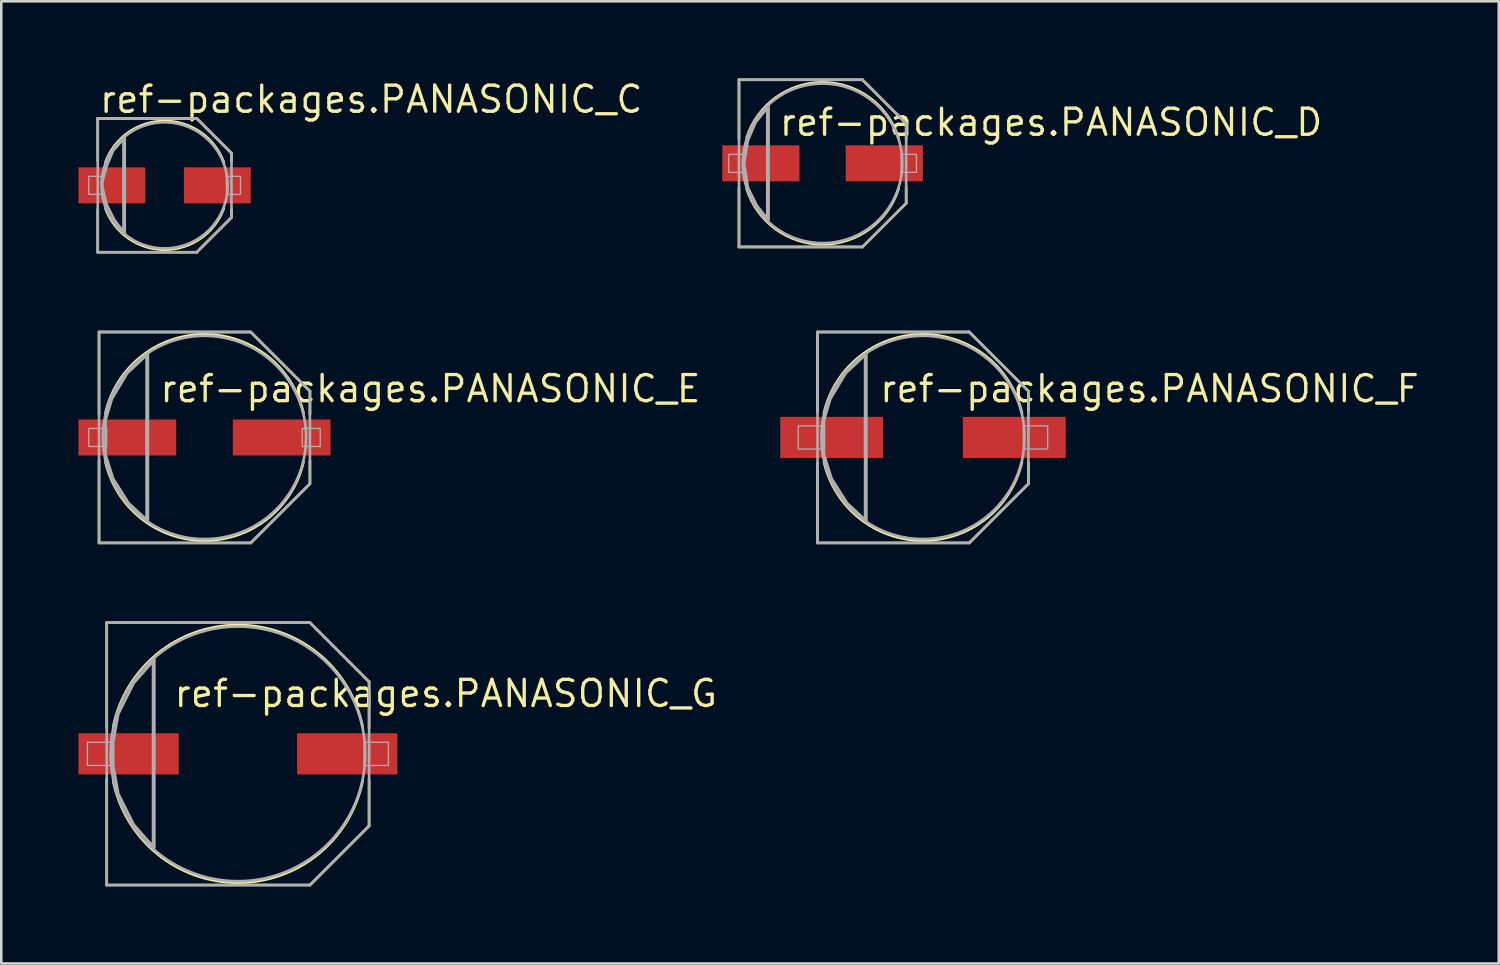
<source format=kicad_pcb>
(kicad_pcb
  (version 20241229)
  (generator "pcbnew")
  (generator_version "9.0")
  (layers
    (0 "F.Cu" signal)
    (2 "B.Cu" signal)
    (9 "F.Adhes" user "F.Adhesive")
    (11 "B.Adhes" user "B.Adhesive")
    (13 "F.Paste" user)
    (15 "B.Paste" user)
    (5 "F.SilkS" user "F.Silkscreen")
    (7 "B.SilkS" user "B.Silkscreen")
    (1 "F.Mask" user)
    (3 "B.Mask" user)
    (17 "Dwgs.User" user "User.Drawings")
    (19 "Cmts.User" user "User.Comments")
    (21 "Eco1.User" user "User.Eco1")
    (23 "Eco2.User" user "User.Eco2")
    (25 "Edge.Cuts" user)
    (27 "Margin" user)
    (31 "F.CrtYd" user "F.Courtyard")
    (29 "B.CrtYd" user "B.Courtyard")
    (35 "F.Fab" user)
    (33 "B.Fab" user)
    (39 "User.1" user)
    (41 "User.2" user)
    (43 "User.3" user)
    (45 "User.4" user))
  (footprint "ref-packages.PANASONIC_D"
    (layer "F.Cu")
    (at 28.931 3.301)
    (property "Reference" "ref-packages.PANASONIC_D" (at -1.75 -1 0) (layer "F.SilkS") (effects (font (size 1.016 1.016) (thickness 0.13)) (justify left bottom)))
    (attr smd)
    (fp_line (start -3.25 -3.25) (end 1.55 -3.25) (stroke (width 0.102) (type default)) (layer "F.SilkS"))
    (fp_line (start -3.25 -0.95) (end -3.25 -3.25) (stroke (width 0.102) (type default)) (layer "F.SilkS"))
    (fp_line (start -3.25 3.25) (end -3.25 0.95) (stroke (width 0.102) (type default)) (layer "F.SilkS"))
    (fp_line (start 1.55 -3.25) (end 3.25 -1.55) (stroke (width 0.102) (type default)) (layer "F.SilkS"))
    (fp_line (start 1.55 3.25) (end -3.25 3.25) (stroke (width 0.102) (type default)) (layer "F.SilkS"))
    (fp_line (start 3.25 -1.55) (end 3.25 -0.95) (stroke (width 0.102) (type default)) (layer "F.SilkS"))
    (fp_line (start 3.25 0.95) (end 3.25 1.55) (stroke (width 0.102) (type default)) (layer "F.SilkS"))
    (fp_line (start 3.25 1.55) (end 1.55 3.25) (stroke (width 0.102) (type default)) (layer "F.SilkS"))
    (fp_arc (start -2.95 -1.0008) (mid 0 -3.148399) (end 2.95 -1.0008) (stroke (width 0.1016) (type default)) (layer "F.SilkS"))
    (fp_arc (start 2.95 1.0008) (mid 0 3.148399) (end -2.95 1.0008) (stroke (width 0.1016) (type default)) (layer "F.SilkS"))
    (fp_line (start -3.25 -3.25) (end 1.55 -3.25) (stroke (width 0.102) (type default)) (layer "F.Fab"))
    (fp_line (start -3.25 3.25) (end -3.25 -3.25) (stroke (width 0.102) (type default)) (layer "F.Fab"))
    (fp_line (start -2.1 -2.25) (end -2.1 2.2) (stroke (width 0.102) (type default)) (layer "F.Fab"))
    (fp_line (start 1.55 -3.25) (end 3.25 -1.55) (stroke (width 0.102) (type default)) (layer "F.Fab"))
    (fp_line (start 1.55 3.25) (end -3.25 3.25) (stroke (width 0.102) (type default)) (layer "F.Fab"))
    (fp_line (start 3.25 -1.55) (end 3.25 1.55) (stroke (width 0.102) (type default)) (layer "F.Fab"))
    (fp_line (start 3.25 1.55) (end 1.55 3.25) (stroke (width 0.102) (type default)) (layer "F.Fab"))
    (fp_rect (start -3.65 0.35) (end -3.05 -0.35) (stroke (width 0.05) (type default)) (fill no) (layer "F.Fab"))
    (fp_rect (start 3.05 0.35) (end 3.65 -0.35) (stroke (width 0.05) (type default)) (fill no) (layer "F.Fab"))
    (fp_circle (center 0 0) (end 3.1 0) (stroke (width 0.102) (type default)) (fill no) (layer "F.Fab"))
    (fp_poly (pts (xy -2.15 -2.15) (xy -2.6 -1.6) (xy -2.9 -0.9) (xy -3.05 0) (xy -2.9 0.95) (xy -2.55 1.65) (xy -2.15 2.15) (xy -2.15 -2.1)) (stroke (width 0.102) (type default)) (fill no) (layer "F.Fab"))
    (pad "+" smd roundrect (at 2.4 0) (size 3 1.4) (layers "F.Cu" "F.Mask" "F.Paste") (roundrect_rratio 0.01))
    (pad "-" smd roundrect (at -2.4 0) (size 3 1.4) (layers "F.Cu" "F.Mask" "F.Paste") (roundrect_rratio 0.01)))
  (footprint "ref-packages.PANASONIC_F"
    (layer "F.Cu")
    (at 32.834 13.958)
    (property "Reference" "ref-packages.PANASONIC_F" (at -1.75 -1.3 0) (layer "F.SilkS") (effects (font (size 1.016 1.016) (thickness 0.13)) (justify left bottom)))
    (attr smd)
    (fp_line (start -4.1 -4.1) (end 1.8 -4.1) (stroke (width 0.102) (type default)) (layer "F.SilkS"))
    (fp_line (start -4.1 -1) (end -4.1 -4.1) (stroke (width 0.102) (type default)) (layer "F.SilkS"))
    (fp_line (start -4.1 4.1) (end -4.1 1) (stroke (width 0.102) (type default)) (layer "F.SilkS"))
    (fp_line (start 1.8 -4.1) (end 4.1 -1.8) (stroke (width 0.102) (type default)) (layer "F.SilkS"))
    (fp_line (start 1.8 4.1) (end -4.1 4.1) (stroke (width 0.102) (type default)) (layer "F.SilkS"))
    (fp_line (start 4.1 -1.8) (end 4.1 -1) (stroke (width 0.102) (type default)) (layer "F.SilkS"))
    (fp_line (start 4.1 1) (end 4.1 1.8) (stroke (width 0.102) (type default)) (layer "F.SilkS"))
    (fp_line (start 4.1 1.8) (end 1.8 4.1) (stroke (width 0.102) (type default)) (layer "F.SilkS"))
    (fp_arc (start -3.85 -0.9508) (mid 0 -4.009079) (end 3.85 -0.9508) (stroke (width 0.1016) (type default)) (layer "F.SilkS"))
    (fp_arc (start 3.85 0.9508) (mid 0 4.009079) (end -3.85 0.9508) (stroke (width 0.1016) (type default)) (layer "F.SilkS"))
    (fp_line (start -4.1 -4.1) (end 1.8 -4.1) (stroke (width 0.102) (type default)) (layer "F.Fab"))
    (fp_line (start -4.1 4.1) (end -4.1 -4.1) (stroke (width 0.102) (type default)) (layer "F.Fab"))
    (fp_line (start -2.2 -3.25) (end -2.2 3.25) (stroke (width 0.102) (type default)) (layer "F.Fab"))
    (fp_line (start 1.8 -4.1) (end 4.1 -1.8) (stroke (width 0.102) (type default)) (layer "F.Fab"))
    (fp_line (start 1.8 4.1) (end -4.1 4.1) (stroke (width 0.102) (type default)) (layer "F.Fab"))
    (fp_line (start 4.1 -1.8) (end 4.1 1.8) (stroke (width 0.102) (type default)) (layer "F.Fab"))
    (fp_line (start 4.1 1.8) (end 1.8 4.1) (stroke (width 0.102) (type default)) (layer "F.Fab"))
    (fp_rect (start -4.85 0.45) (end -3.9 -0.45) (stroke (width 0.05) (type default)) (fill no) (layer "F.Fab"))
    (fp_rect (start 3.9 0.45) (end 4.85 -0.45) (stroke (width 0.05) (type default)) (fill no) (layer "F.Fab"))
    (fp_circle (center 0 0) (end 3.95 0) (stroke (width 0.102) (type default)) (fill no) (layer "F.Fab"))
    (fp_circle (center 0 0) (end 4 0) (stroke (width 0.001) (type default)) (fill no) (layer "F.Fab"))
    (fp_poly (pts (xy -2.25 -3.2) (xy -3 -2.5) (xy -3.6 -1.5) (xy -3.85 -0.65) (xy -3.85 0.65) (xy -3.55 1.6) (xy -2.95 2.55) (xy -2.25 3.2) (xy -2.25 -3.15)) (stroke (width 0.102) (type default)) (fill no) (layer "F.Fab"))
    (pad "+" smd roundrect (at 3.55 0) (size 4 1.6) (layers "F.Cu" "F.Mask" "F.Paste") (roundrect_rratio 0.01))
    (pad "-" smd roundrect (at -3.55 0) (size 4 1.6) (layers "F.Cu" "F.Mask" "F.Paste") (roundrect_rratio 0.01)))
  (footprint "ref-packages.PANASONIC_E"
    (layer "F.Cu")
    (at 4.9 13.958)
    (property "Reference" "ref-packages.PANASONIC_E" (at -1.8 -1.3 0) (layer "F.SilkS") (effects (font (size 1.016 1.016) (thickness 0.13)) (justify left bottom)))
    (attr smd)
    (fp_line (start -4.1 -4.1) (end 1.8 -4.1) (stroke (width 0.102) (type default)) (layer "F.SilkS"))
    (fp_line (start -4.1 -0.9) (end -4.1 -4.1) (stroke (width 0.102) (type default)) (layer "F.SilkS"))
    (fp_line (start -4.1 4.1) (end -4.1 0.9) (stroke (width 0.102) (type default)) (layer "F.SilkS"))
    (fp_line (start 1.8 -4.1) (end 4.1 -1.8) (stroke (width 0.102) (type default)) (layer "F.SilkS"))
    (fp_line (start 1.8 4.1) (end -4.1 4.1) (stroke (width 0.102) (type default)) (layer "F.SilkS"))
    (fp_line (start 4.1 -1.8) (end 4.1 -0.9) (stroke (width 0.102) (type default)) (layer "F.SilkS"))
    (fp_line (start 4.1 0.9) (end 4.1 1.8) (stroke (width 0.102) (type default)) (layer "F.SilkS"))
    (fp_line (start 4.1 1.8) (end 1.8 4.1) (stroke (width 0.102) (type default)) (layer "F.SilkS"))
    (fp_arc (start -3.85 -0.9508) (mid 0 -4.009079) (end 3.85 -0.9508) (stroke (width 0.1016) (type default)) (layer "F.SilkS"))
    (fp_arc (start 3.85 0.9508) (mid 0 4.009079) (end -3.85 0.9508) (stroke (width 0.1016) (type default)) (layer "F.SilkS"))
    (fp_line (start -4.1 -4.1) (end 1.8 -4.1) (stroke (width 0.102) (type default)) (layer "F.Fab"))
    (fp_line (start -4.1 4.1) (end -4.1 -4.1) (stroke (width 0.102) (type default)) (layer "F.Fab"))
    (fp_line (start -2.2 -3.25) (end -2.2 3.25) (stroke (width 0.102) (type default)) (layer "F.Fab"))
    (fp_line (start 1.8 -4.1) (end 4.1 -1.8) (stroke (width 0.102) (type default)) (layer "F.Fab"))
    (fp_line (start 1.8 4.1) (end -4.1 4.1) (stroke (width 0.102) (type default)) (layer "F.Fab"))
    (fp_line (start 4.1 -1.8) (end 4.1 1.8) (stroke (width 0.102) (type default)) (layer "F.Fab"))
    (fp_line (start 4.1 1.8) (end 1.8 4.1) (stroke (width 0.102) (type default)) (layer "F.Fab"))
    (fp_rect (start -4.5 0.35) (end -3.8 -0.35) (stroke (width 0.05) (type default)) (fill no) (layer "F.Fab"))
    (fp_rect (start 3.8 0.35) (end 4.5 -0.35) (stroke (width 0.05) (type default)) (fill no) (layer "F.Fab"))
    (fp_circle (center 0 0) (end 3.95 0) (stroke (width 0.102) (type default)) (fill no) (layer "F.Fab"))
    (fp_poly (pts (xy -2.25 -3.2) (xy -3 -2.5) (xy -3.6 -1.5) (xy -3.85 -0.65) (xy -3.85 0.65) (xy -3.55 1.6) (xy -2.95 2.55) (xy -2.25 3.2) (xy -2.25 -3.15)) (stroke (width 0.102) (type default)) (fill no) (layer "F.Fab"))
    (pad "+" smd roundrect (at 3 0) (size 3.8 1.4) (layers "F.Cu" "F.Mask" "F.Paste") (roundrect_rratio 0.01))
    (pad "-" smd roundrect (at -3 0) (size 3.8 1.4) (layers "F.Cu" "F.Mask" "F.Paste") (roundrect_rratio 0.01)))
  (footprint "ref-packages.PANASONIC_C"
    (layer "F.Cu")
    (at 3.35 4.156)
    (property "Reference" "ref-packages.PANASONIC_C" (at -2.6 -2.75 0) (layer "F.SilkS") (effects (font (size 1.016 1.016) (thickness 0.13)) (justify left bottom)))
    (attr smd)
    (fp_line (start -2.6 -2.6) (end 1.25 -2.6) (stroke (width 0.102) (type default)) (layer "F.SilkS"))
    (fp_line (start -2.6 -0.95) (end -2.6 -2.6) (stroke (width 0.102) (type default)) (layer "F.SilkS"))
    (fp_line (start -2.6 2.6) (end -2.6 0.95) (stroke (width 0.102) (type default)) (layer "F.SilkS"))
    (fp_line (start 1.25 -2.6) (end 2.6 -1.25) (stroke (width 0.102) (type default)) (layer "F.SilkS"))
    (fp_line (start 1.25 2.6) (end -2.6 2.6) (stroke (width 0.102) (type default)) (layer "F.SilkS"))
    (fp_line (start 2.6 -1.25) (end 2.6 -0.95) (stroke (width 0.102) (type default)) (layer "F.SilkS"))
    (fp_line (start 2.6 0.95) (end 2.6 1.25) (stroke (width 0.102) (type default)) (layer "F.SilkS"))
    (fp_line (start 2.6 1.25) (end 1.25 2.6) (stroke (width 0.102) (type default)) (layer "F.SilkS"))
    (fp_arc (start -2.3 -0.9008) (mid 0 -2.502121) (end 2.3 -0.9008) (stroke (width 0.1016) (type default)) (layer "F.SilkS"))
    (fp_arc (start 2.3 0.9008) (mid 0 2.502121) (end -2.3 0.9008) (stroke (width 0.1016) (type default)) (layer "F.SilkS"))
    (fp_line (start -2.6 -2.6) (end 1.25 -2.6) (stroke (width 0.102) (type default)) (layer "F.Fab"))
    (fp_line (start -2.6 2.6) (end -2.6 -2.6) (stroke (width 0.102) (type default)) (layer "F.Fab"))
    (fp_line (start -1.55 -1.85) (end -1.55 1.85) (stroke (width 0.102) (type default)) (layer "F.Fab"))
    (fp_line (start 1.25 -2.6) (end 2.6 -1.25) (stroke (width 0.102) (type default)) (layer "F.Fab"))
    (fp_line (start 1.25 2.6) (end -2.6 2.6) (stroke (width 0.102) (type default)) (layer "F.Fab"))
    (fp_line (start 2.6 -1.25) (end 2.6 1.25) (stroke (width 0.102) (type default)) (layer "F.Fab"))
    (fp_line (start 2.6 1.25) (end 1.25 2.6) (stroke (width 0.102) (type default)) (layer "F.Fab"))
    (fp_rect (start -2.95 0.35) (end -2.4 -0.35) (stroke (width 0.05) (type default)) (fill no) (layer "F.Fab"))
    (fp_rect (start 2.4 0.35) (end 2.95 -0.35) (stroke (width 0.05) (type default)) (fill no) (layer "F.Fab"))
    (fp_circle (center 0 0) (end 2.45 0) (stroke (width 0.102) (type default)) (fill no) (layer "F.Fab"))
    (fp_poly (pts (xy -1.6 -1.8) (xy -2 -1.35) (xy -2.25 -0.75) (xy -2.45 -0.05) (xy -2.25 0.75) (xy -1.95 1.35) (xy -1.6 1.8)) (stroke (width 0.102) (type default)) (fill no) (layer "F.Fab"))
    (pad "+" smd roundrect (at 2.05 0) (size 2.6 1.4) (layers "F.Cu" "F.Mask" "F.Paste") (roundrect_rratio 0.01))
    (pad "-" smd roundrect (at -2.05 0) (size 2.6 1.4) (layers "F.Cu" "F.Mask" "F.Paste") (roundrect_rratio 0.01)))
  (footprint "ref-packages.PANASONIC_G"
    (layer "F.Cu")
    (at 6.2 26.259)
    (property "Reference" "ref-packages.PANASONIC_G" (at -2.55 -1.75 0) (layer "F.SilkS") (effects (font (size 1.016 1.016) (thickness 0.13)) (justify left bottom)))
    (attr smd)
    (fp_line (start -5.1 -5.1) (end 2.8 -5.1) (stroke (width 0.102) (type default)) (layer "F.SilkS"))
    (fp_line (start -5.1 -1) (end -5.1 -5.1) (stroke (width 0.102) (type default)) (layer "F.SilkS"))
    (fp_line (start -5.1 5.1) (end -5.1 1) (stroke (width 0.102) (type default)) (layer "F.SilkS"))
    (fp_line (start 2.8 -5.1) (end 5.1 -2.8) (stroke (width 0.102) (type default)) (layer "F.SilkS"))
    (fp_line (start 2.8 5.1) (end -5.1 5.1) (stroke (width 0.102) (type default)) (layer "F.SilkS"))
    (fp_line (start 5.1 -2.8) (end 5.1 -1) (stroke (width 0.102) (type default)) (layer "F.SilkS"))
    (fp_line (start 5.1 1) (end 5.1 2.8) (stroke (width 0.102) (type default)) (layer "F.SilkS"))
    (fp_line (start 5.1 2.8) (end 2.8 5.1) (stroke (width 0.102) (type default)) (layer "F.SilkS"))
    (fp_arc (start -4.85 -1.0508) (mid 0 -5.008491) (end 4.85 -1.0508) (stroke (width 0.1016) (type default)) (layer "F.SilkS"))
    (fp_arc (start 4.85 1.0508) (mid 0 5.008491) (end -4.85 1.0508) (stroke (width 0.1016) (type default)) (layer "F.SilkS"))
    (fp_line (start -5.1 -5.1) (end 2.8 -5.1) (stroke (width 0.102) (type default)) (layer "F.Fab"))
    (fp_line (start -5.1 5.1) (end -5.1 -5.1) (stroke (width 0.102) (type default)) (layer "F.Fab"))
    (fp_line (start -3.25 -3.7) (end -3.25 3.65) (stroke (width 0.102) (type default)) (layer "F.Fab"))
    (fp_line (start 2.8 -5.1) (end 5.1 -2.8) (stroke (width 0.102) (type default)) (layer "F.Fab"))
    (fp_line (start 2.8 5.1) (end -5.1 5.1) (stroke (width 0.102) (type default)) (layer "F.Fab"))
    (fp_line (start 5.1 -2.8) (end 5.1 2.8) (stroke (width 0.102) (type default)) (layer "F.Fab"))
    (fp_line (start 5.1 2.8) (end 2.8 5.1) (stroke (width 0.102) (type default)) (layer "F.Fab"))
    (fp_rect (start -5.85 0.45) (end -4.9 -0.45) (stroke (width 0.05) (type default)) (fill no) (layer "F.Fab"))
    (fp_rect (start 4.9 0.45) (end 5.85 -0.45) (stroke (width 0.05) (type default)) (fill no) (layer "F.Fab"))
    (fp_circle (center 0 0) (end 4.95 0) (stroke (width 0.102) (type default)) (fill no) (layer "F.Fab"))
    (fp_poly (pts (xy -3.3 -3.6) (xy -4.05 -2.75) (xy -4.65 -1.55) (xy -4.85 -0.45) (xy -4.85 0.45) (xy -4.65 1.55) (xy -4.05 2.75) (xy -3.3 3.6) (xy -3.3 -3.55)) (stroke (width 0.102) (type default)) (fill no) (layer "F.Fab"))
    (pad "+" smd roundrect (at 4.25 0) (size 3.9 1.6) (layers "F.Cu" "F.Mask" "F.Paste") (roundrect_rratio 0.01))
    (pad "-" smd roundrect (at -4.25 0) (size 3.9 1.6) (layers "F.Cu" "F.Mask" "F.Paste") (roundrect_rratio 0.01)))
  (gr_rect
    (start -3 -3)
    (end 55.22 34.41)
    (stroke (width 0.1) (type default))
    (fill no)
    (layer "Edge.Cuts")))
</source>
